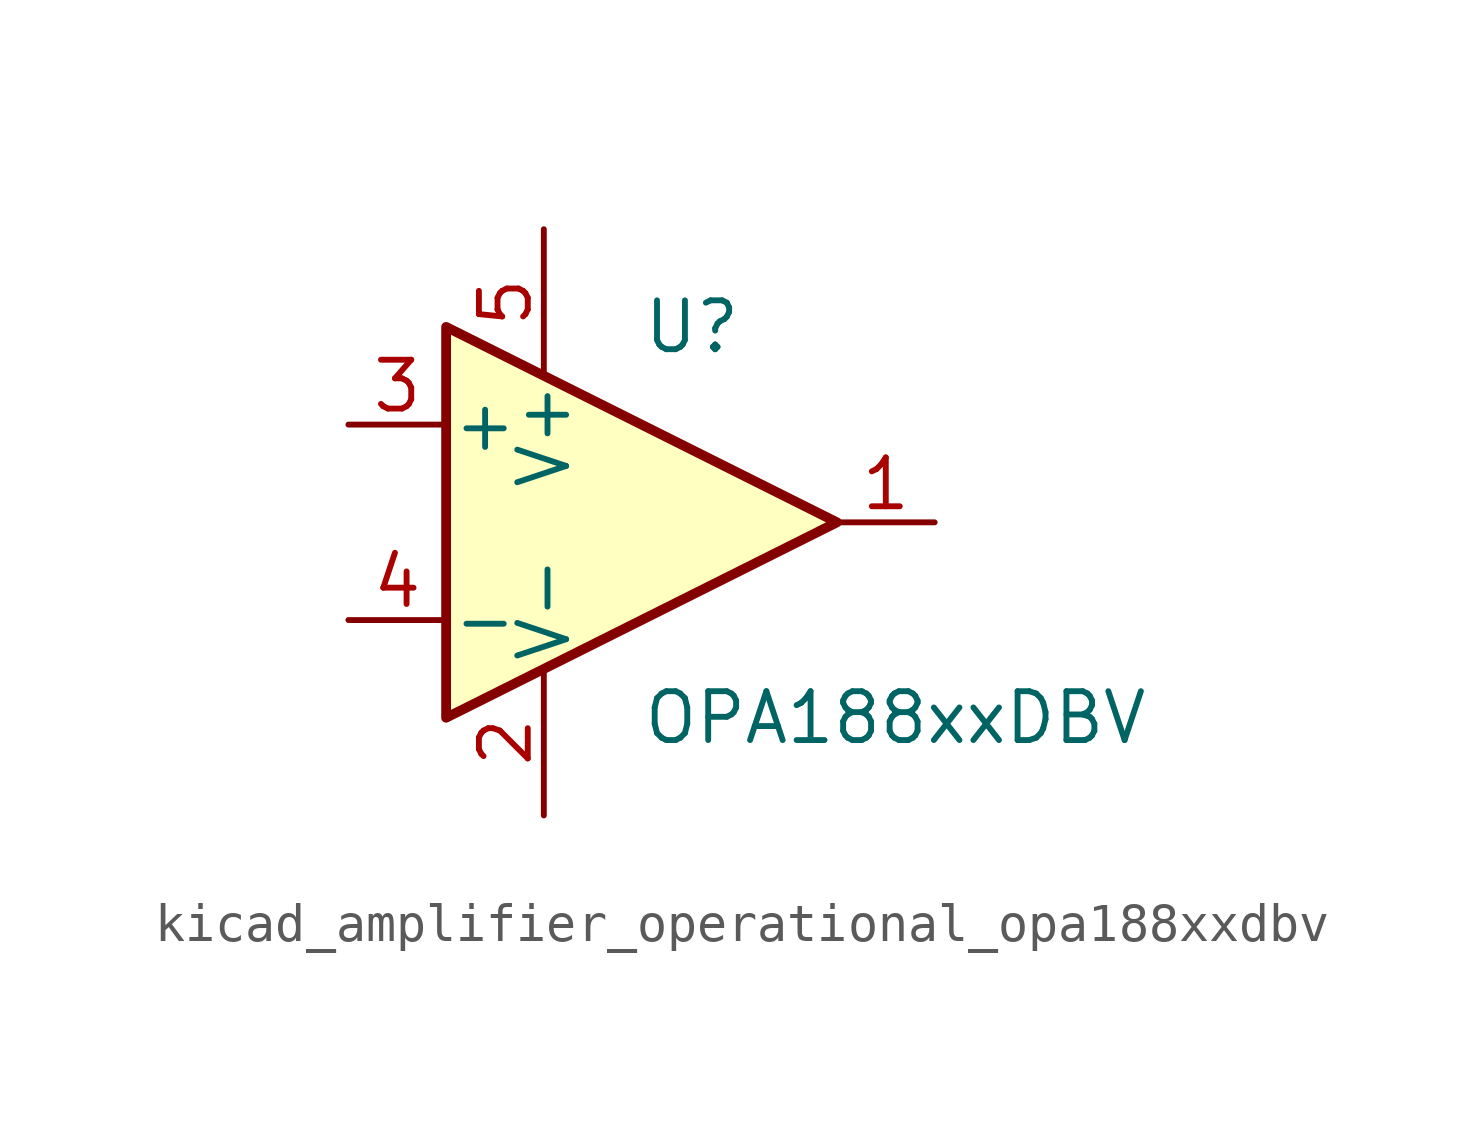
<source format=kicad_sym>
(kicad_symbol_lib
  (version 20220914)
  (generator kicad_symbol_editor)
  (symbol "kicad_amplifier_operational_opa188xxdbv"
    (pin_names
      (offset 0.127))
    (property "Reference" "U"
      (at 0 5.08 0)
      (effects (font (size 1.27 1.27)) (justify left)))
    (property "Value" "OPA188xxDBV"
      (at 0 -5.08 0)
      (effects (font (size 1.27 1.27)) (justify left)))
    (symbol "kicad_amplifier_operational_opa188xxdbv_0_1"
      (polyline (pts (xy -5.08 5.08) (xy 5.08 0) (xy -5.08 -5.08) (xy -5.08 5.08)) (stroke (width 0.254) (type default)) (fill (type background)))
      (pin power_in line (at -2.54 -7.62 90) (length 3.81) (name "V-" (effects (font (size 1.27 1.27)))) (number "2" (effects (font (size 1.27 1.27)))))
      (pin power_in line (at -2.54 7.62 270) (length 3.81) (name "V+" (effects (font (size 1.27 1.27)))) (number "5" (effects (font (size 1.27 1.27))))))
    (symbol "kicad_amplifier_operational_opa188xxdbv_1_1"
      (pin output line (at 7.62 0 180) (length 2.54) (name "~" (effects (font (size 1.27 1.27)))) (number "1" (effects (font (size 1.27 1.27)))))
      (pin input line (at -7.62 2.54 0) (length 2.54) (name "+" (effects (font (size 1.27 1.27)))) (number "3" (effects (font (size 1.27 1.27)))))
      (pin input line (at -7.62 -2.54 0) (length 2.54) (name "-" (effects (font (size 1.27 1.27)))) (number "4" (effects (font (size 1.27 1.27))))))))
</source>
